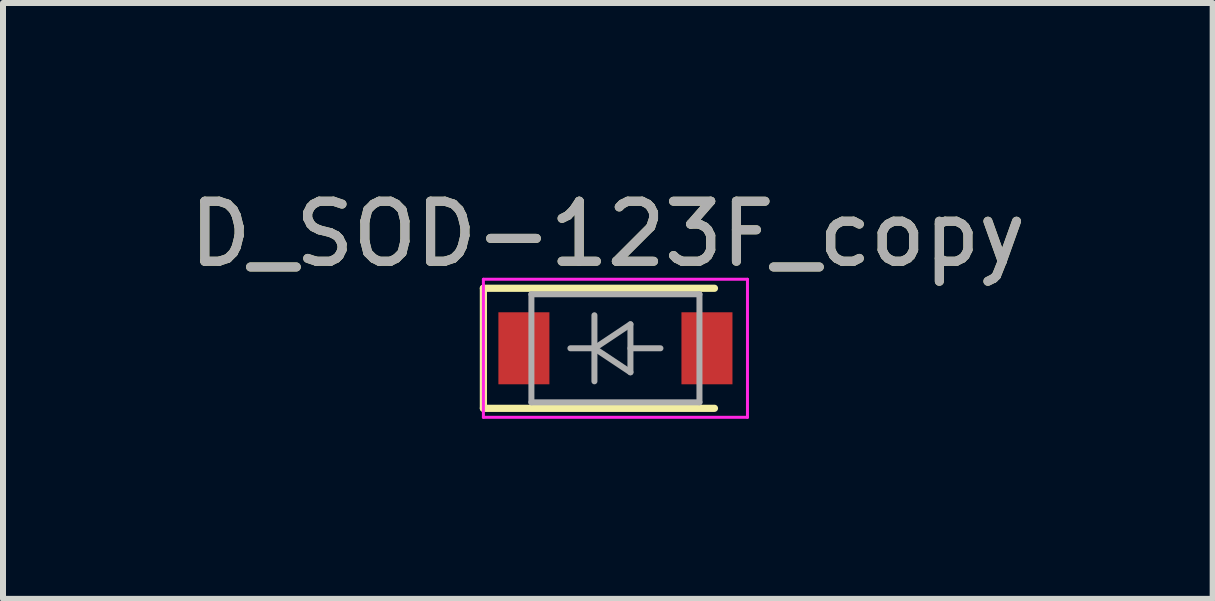
<source format=kicad_pcb>
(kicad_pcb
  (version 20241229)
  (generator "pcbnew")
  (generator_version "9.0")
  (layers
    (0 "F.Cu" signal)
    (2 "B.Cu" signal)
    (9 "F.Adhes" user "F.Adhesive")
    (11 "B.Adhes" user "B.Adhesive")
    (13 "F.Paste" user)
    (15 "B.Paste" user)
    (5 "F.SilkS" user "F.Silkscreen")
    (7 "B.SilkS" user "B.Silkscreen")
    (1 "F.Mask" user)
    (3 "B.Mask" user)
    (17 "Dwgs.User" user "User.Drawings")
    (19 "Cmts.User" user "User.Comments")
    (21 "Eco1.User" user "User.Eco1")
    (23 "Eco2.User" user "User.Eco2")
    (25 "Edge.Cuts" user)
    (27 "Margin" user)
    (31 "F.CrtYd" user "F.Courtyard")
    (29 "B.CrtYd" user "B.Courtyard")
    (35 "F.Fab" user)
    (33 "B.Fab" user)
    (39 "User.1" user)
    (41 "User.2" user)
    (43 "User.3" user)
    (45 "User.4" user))
  (footprint "D_SOD-123F_copy"
    (layer "F.Cu")
    (at 7.204 2.753)
    (property "Reference" "D_SOD-123F_copy" (at -0.127 -1.905 0) (layer "F.SilkS") (effects (font (size 1 1) (thickness 0.15))))
    (attr smd)
    (fp_line (start -2.2 -1) (end -2.2 1) (stroke (width 0.12) (type solid)) (layer "F.SilkS"))
    (fp_line (start -2.2 -1) (end 1.65 -1) (stroke (width 0.12) (type solid)) (layer "F.SilkS"))
    (fp_line (start -2.2 1) (end 1.65 1) (stroke (width 0.12) (type solid)) (layer "F.SilkS"))
    (fp_line (start -2.2 -1.15) (end -2.2 1.15) (stroke (width 0.05) (type solid)) (layer "F.CrtYd"))
    (fp_line (start -2.2 -1.15) (end 2.2 -1.15) (stroke (width 0.05) (type solid)) (layer "F.CrtYd"))
    (fp_line (start 2.2 -1.15) (end 2.2 1.15) (stroke (width 0.05) (type solid)) (layer "F.CrtYd"))
    (fp_line (start 2.2 1.15) (end -2.2 1.15) (stroke (width 0.05) (type solid)) (layer "F.CrtYd"))
    (fp_line (start -1.4 -0.9) (end 1.4 -0.9) (stroke (width 0.1) (type solid)) (layer "F.Fab"))
    (fp_line (start -1.4 0.9) (end -1.4 -0.9) (stroke (width 0.1) (type solid)) (layer "F.Fab"))
    (fp_line (start -0.75 0) (end -0.35 0) (stroke (width 0.1) (type solid)) (layer "F.Fab"))
    (fp_line (start -0.35 0) (end -0.35 -0.55) (stroke (width 0.1) (type solid)) (layer "F.Fab"))
    (fp_line (start -0.35 0) (end -0.35 0.55) (stroke (width 0.1) (type solid)) (layer "F.Fab"))
    (fp_line (start -0.35 0) (end 0.25 -0.4) (stroke (width 0.1) (type solid)) (layer "F.Fab"))
    (fp_line (start 0.25 -0.4) (end 0.25 0.4) (stroke (width 0.1) (type solid)) (layer "F.Fab"))
    (fp_line (start 0.25 0) (end 0.75 0) (stroke (width 0.1) (type solid)) (layer "F.Fab"))
    (fp_line (start 0.25 0.4) (end -0.35 0) (stroke (width 0.1) (type solid)) (layer "F.Fab"))
    (fp_line (start 1.4 -0.9) (end 1.4 0.9) (stroke (width 0.1) (type solid)) (layer "F.Fab"))
    (fp_line (start 1.4 0.9) (end -1.4 0.9) (stroke (width 0.1) (type solid)) (layer "F.Fab"))
    (fp_text user "${REFERENCE}" (at -0.127 -1.905 0) (layer "F.Fab") (effects (font (size 1 1) (thickness 0.15))))
    (pad "1" smd rect (at -1.525 0) (size 0.85 1.2) (layers "F.Cu" "F.Mask" "F.Paste"))
    (pad "2" smd rect (at 1.525 0) (size 0.85 1.2) (layers "F.Cu" "F.Mask" "F.Paste")))
  (gr_rect
    (start -3 -3)
    (end 17.155 6.928)
    (stroke (width 0.1) (type default))
    (fill no)
    (layer "Edge.Cuts")))
</source>
